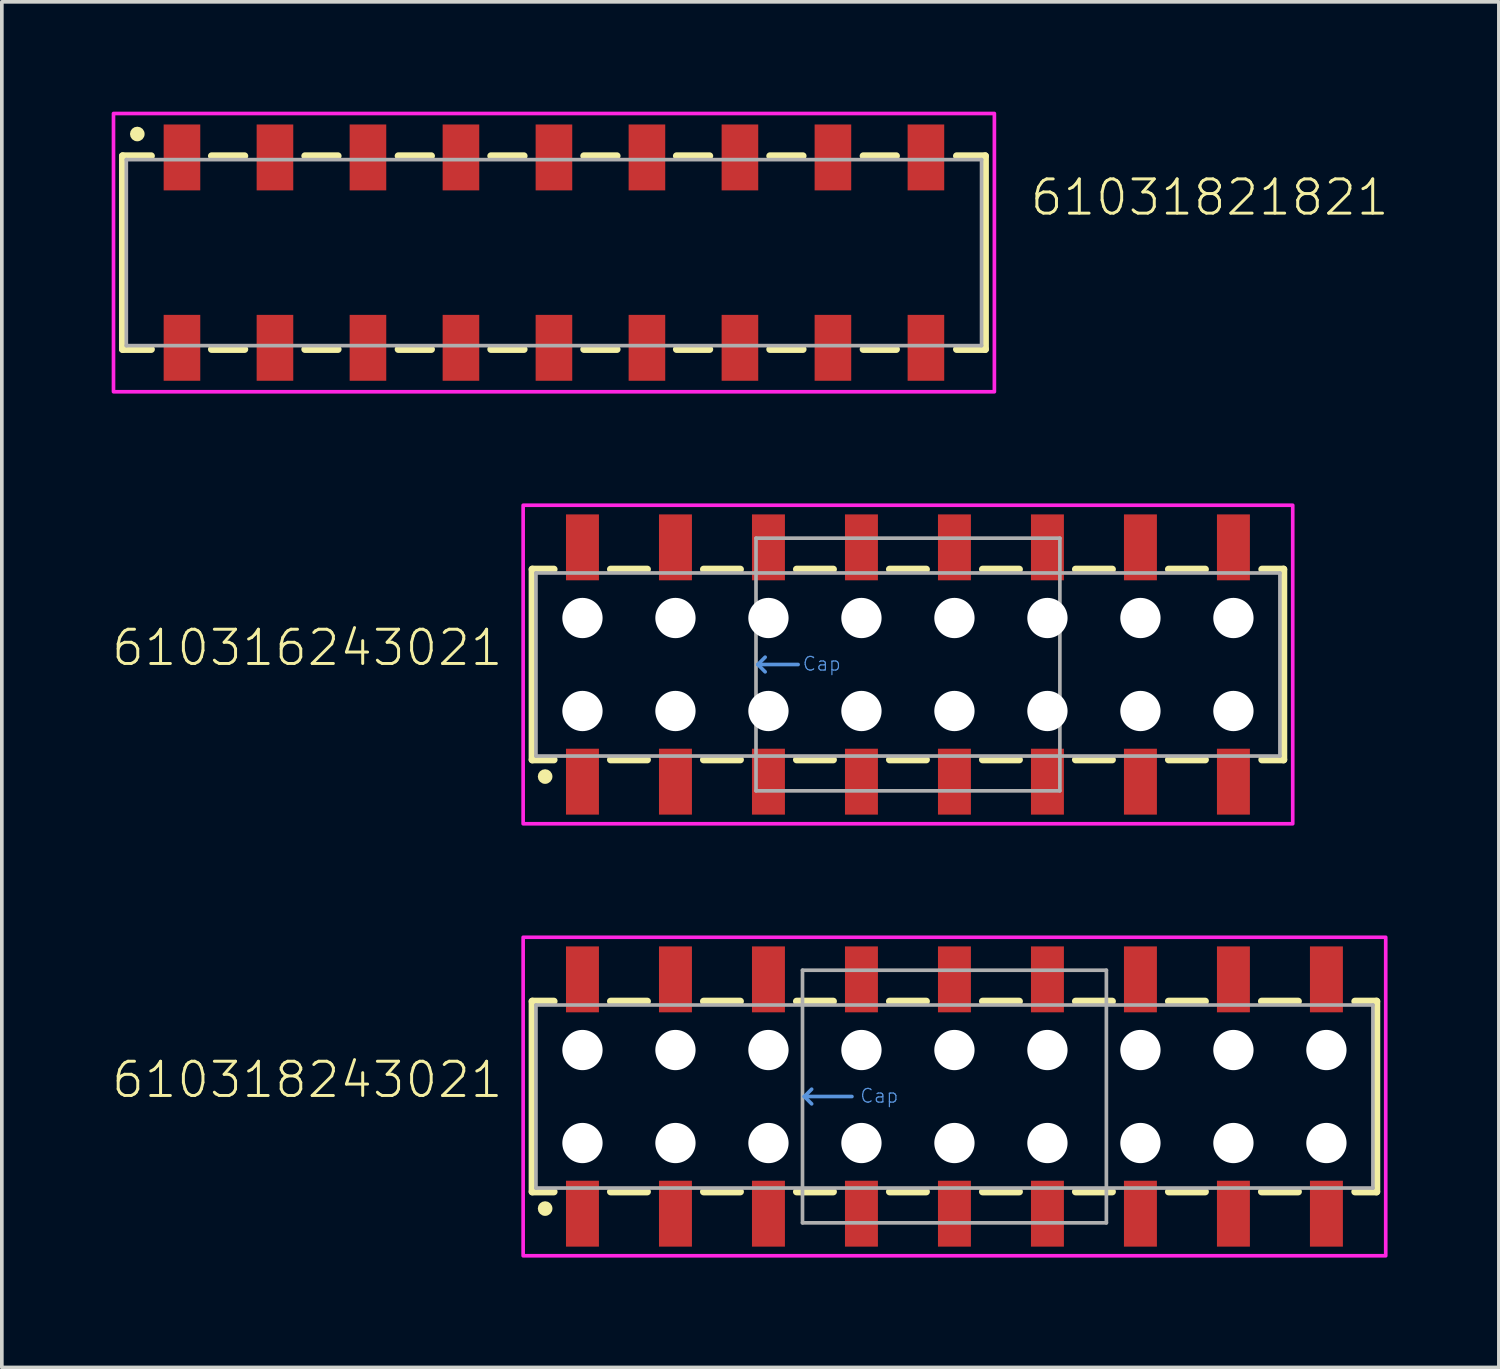
<source format=kicad_pcb>
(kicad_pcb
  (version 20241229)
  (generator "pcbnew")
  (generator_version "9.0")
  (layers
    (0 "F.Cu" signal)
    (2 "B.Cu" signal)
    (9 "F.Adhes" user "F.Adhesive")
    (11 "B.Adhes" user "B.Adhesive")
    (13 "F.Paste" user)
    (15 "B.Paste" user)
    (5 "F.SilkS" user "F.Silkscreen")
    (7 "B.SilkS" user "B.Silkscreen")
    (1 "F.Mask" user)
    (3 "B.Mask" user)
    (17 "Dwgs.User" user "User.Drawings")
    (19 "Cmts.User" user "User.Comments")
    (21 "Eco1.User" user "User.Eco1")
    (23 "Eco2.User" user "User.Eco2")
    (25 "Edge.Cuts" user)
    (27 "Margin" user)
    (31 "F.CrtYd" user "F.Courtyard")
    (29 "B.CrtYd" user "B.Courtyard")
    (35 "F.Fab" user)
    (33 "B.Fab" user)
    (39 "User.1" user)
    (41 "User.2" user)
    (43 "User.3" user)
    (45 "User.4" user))
  (footprint "610318243021"
    (layer "F.Cu")
    (at 23.019 26.9)
    (property "Reference" "610318243021" (at -12.28 0.09 0) (unlocked yes) (layer "F.SilkS") (effects (font (size 0.935 0.935) (thickness 0.081)) (justify right bottom)))
    (fp_line (start -11.53 -2.6) (end -11.53 2.6) (stroke (width 0.2) (type solid)) (layer "F.SilkS"))
    (fp_line (start -11.53 2.6) (end -10.94 2.6) (stroke (width 0.2) (type solid)) (layer "F.SilkS"))
    (fp_line (start -10.94 -2.6) (end -11.53 -2.6) (stroke (width 0.2) (type solid)) (layer "F.SilkS"))
    (fp_line (start -9.39 2.6) (end -8.39 2.6) (stroke (width 0.2) (type solid)) (layer "F.SilkS"))
    (fp_line (start -8.39 -2.6) (end -9.39 -2.6) (stroke (width 0.2) (type solid)) (layer "F.SilkS"))
    (fp_line (start -6.85 2.6) (end -5.85 2.6) (stroke (width 0.2) (type solid)) (layer "F.SilkS"))
    (fp_line (start -5.85 -2.6) (end -6.85 -2.6) (stroke (width 0.2) (type solid)) (layer "F.SilkS"))
    (fp_line (start -4.31 2.6) (end -3.31 2.6) (stroke (width 0.2) (type solid)) (layer "F.SilkS"))
    (fp_line (start -3.31 -2.6) (end -4.31 -2.6) (stroke (width 0.2) (type solid)) (layer "F.SilkS"))
    (fp_line (start -1.77 2.6) (end -0.77 2.6) (stroke (width 0.2) (type solid)) (layer "F.SilkS"))
    (fp_line (start -0.77 -2.6) (end -1.77 -2.6) (stroke (width 0.2) (type solid)) (layer "F.SilkS"))
    (fp_line (start 0.77 2.6) (end 1.77 2.6) (stroke (width 0.2) (type solid)) (layer "F.SilkS"))
    (fp_line (start 1.77 -2.6) (end 0.77 -2.6) (stroke (width 0.2) (type solid)) (layer "F.SilkS"))
    (fp_line (start 3.31 2.6) (end 4.31 2.6) (stroke (width 0.2) (type solid)) (layer "F.SilkS"))
    (fp_line (start 4.31 -2.6) (end 3.31 -2.6) (stroke (width 0.2) (type solid)) (layer "F.SilkS"))
    (fp_line (start 5.85 2.6) (end 6.85 2.6) (stroke (width 0.2) (type solid)) (layer "F.SilkS"))
    (fp_line (start 6.85 -2.6) (end 5.85 -2.6) (stroke (width 0.2) (type solid)) (layer "F.SilkS"))
    (fp_line (start 8.39 2.6) (end 9.39 2.6) (stroke (width 0.2) (type solid)) (layer "F.SilkS"))
    (fp_line (start 9.39 -2.6) (end 8.39 -2.6) (stroke (width 0.2) (type solid)) (layer "F.SilkS"))
    (fp_line (start 10.94 -2.6) (end 11.53 -2.6) (stroke (width 0.2) (type solid)) (layer "F.SilkS"))
    (fp_line (start 11.53 -2.6) (end 11.53 2.6) (stroke (width 0.2) (type solid)) (layer "F.SilkS"))
    (fp_line (start 11.53 2.6) (end 10.94 2.6) (stroke (width 0.2) (type solid)) (layer "F.SilkS"))
    (fp_circle (center -11.18 3.06) (end -11.08 3.06) (stroke (width 0.2) (type solid)) (fill no) (layer "F.SilkS"))
    (fp_line (start -4.1 0) (end -3.9 -0.2) (stroke (width 0.1) (type solid)) (layer "Cmts.User"))
    (fp_line (start -4.1 0) (end -3.9 0.2) (stroke (width 0.1) (type solid)) (layer "Cmts.User"))
    (fp_line (start -4.1 0) (end -2.8 0) (stroke (width 0.1) (type solid)) (layer "Cmts.User"))
    (fp_poly (pts (xy 11.78 4.35) (xy -11.78 4.35) (xy -11.78 -4.35) (xy 11.78 -4.35)) (stroke (width 0.1) (type default)) (fill no) (layer "F.CrtYd"))
    (fp_line (start -11.43 -2.5) (end -11.43 2.5) (stroke (width 0.1) (type solid)) (layer "F.Fab"))
    (fp_line (start -11.43 -2.5) (end 11.43 -2.5) (stroke (width 0.1) (type solid)) (layer "F.Fab"))
    (fp_line (start -11.43 2.5) (end 11.43 2.5) (stroke (width 0.1) (type solid)) (layer "F.Fab"))
    (fp_line (start -4.15 -3.45) (end 4.15 -3.45) (stroke (width 0.1) (type solid)) (layer "F.Fab"))
    (fp_line (start -4.15 3.45) (end -4.15 -3.45) (stroke (width 0.1) (type solid)) (layer "F.Fab"))
    (fp_line (start 4.15 -3.45) (end 4.15 3.45) (stroke (width 0.1) (type solid)) (layer "F.Fab"))
    (fp_line (start 4.15 3.45) (end -4.15 3.45) (stroke (width 0.1) (type solid)) (layer "F.Fab"))
    (fp_line (start 11.43 2.5) (end 11.43 -2.5) (stroke (width 0.1) (type solid)) (layer "F.Fab"))
    (fp_text user "Cap" (at -2.6 0.2 0) (unlocked yes) (layer "Cmts.User") (effects (font (size 0.374 0.374) (thickness 0.033)) (justify left bottom)))
    (pad "" np_thru_hole circle (at -10.16 -1.27) (size 1.1 1.1) (drill 1.1) (layers "*.Cu" "*.Mask"))
    (pad "" np_thru_hole circle (at -10.16 1.27) (size 1.1 1.1) (drill 1.1) (layers "*.Cu" "*.Mask"))
    (pad "" np_thru_hole circle (at -7.62 -1.27) (size 1.1 1.1) (drill 1.1) (layers "*.Cu" "*.Mask"))
    (pad "" np_thru_hole circle (at -7.62 1.27) (size 1.1 1.1) (drill 1.1) (layers "*.Cu" "*.Mask"))
    (pad "" np_thru_hole circle (at -5.08 -1.27) (size 1.1 1.1) (drill 1.1) (layers "*.Cu" "*.Mask"))
    (pad "" np_thru_hole circle (at -5.08 1.27) (size 1.1 1.1) (drill 1.1) (layers "*.Cu" "*.Mask"))
    (pad "" np_thru_hole circle (at -2.54 -1.27) (size 1.1 1.1) (drill 1.1) (layers "*.Cu" "*.Mask"))
    (pad "" np_thru_hole circle (at -2.54 1.27) (size 1.1 1.1) (drill 1.1) (layers "*.Cu" "*.Mask"))
    (pad "" np_thru_hole circle (at 0 -1.27) (size 1.1 1.1) (drill 1.1) (layers "*.Cu" "*.Mask"))
    (pad "" np_thru_hole circle (at 0 1.27) (size 1.1 1.1) (drill 1.1) (layers "*.Cu" "*.Mask"))
    (pad "" np_thru_hole circle (at 2.54 -1.27) (size 1.1 1.1) (drill 1.1) (layers "*.Cu" "*.Mask"))
    (pad "" np_thru_hole circle (at 2.54 1.27) (size 1.1 1.1) (drill 1.1) (layers "*.Cu" "*.Mask"))
    (pad "" np_thru_hole circle (at 5.08 -1.27) (size 1.1 1.1) (drill 1.1) (layers "*.Cu" "*.Mask"))
    (pad "" np_thru_hole circle (at 5.08 1.27) (size 1.1 1.1) (drill 1.1) (layers "*.Cu" "*.Mask"))
    (pad "" np_thru_hole circle (at 7.62 -1.27) (size 1.1 1.1) (drill 1.1) (layers "*.Cu" "*.Mask"))
    (pad "" np_thru_hole circle (at 7.62 1.27) (size 1.1 1.1) (drill 1.1) (layers "*.Cu" "*.Mask"))
    (pad "" np_thru_hole circle (at 10.16 -1.27) (size 1.1 1.1) (drill 1.1) (layers "*.Cu" "*.Mask"))
    (pad "" np_thru_hole circle (at 10.16 1.27) (size 1.1 1.1) (drill 1.1) (layers "*.Cu" "*.Mask"))
    (pad "1" smd rect (at -10.16 3.2 90) (size 1.8 0.9) (layers "F.Cu" "F.Mask" "F.Paste"))
    (pad "2" smd rect (at -10.16 -3.2 90) (size 1.8 0.9) (layers "F.Cu" "F.Mask" "F.Paste"))
    (pad "3" smd rect (at -7.62 3.2 90) (size 1.8 0.9) (layers "F.Cu" "F.Mask" "F.Paste"))
    (pad "4" smd rect (at -7.62 -3.2 90) (size 1.8 0.9) (layers "F.Cu" "F.Mask" "F.Paste"))
    (pad "5" smd rect (at -5.08 3.2 90) (size 1.8 0.9) (layers "F.Cu" "F.Mask" "F.Paste"))
    (pad "6" smd rect (at -5.08 -3.2 90) (size 1.8 0.9) (layers "F.Cu" "F.Mask" "F.Paste"))
    (pad "7" smd rect (at -2.54 3.2 90) (size 1.8 0.9) (layers "F.Cu" "F.Mask" "F.Paste"))
    (pad "8" smd rect (at -2.54 -3.2 90) (size 1.8 0.9) (layers "F.Cu" "F.Mask" "F.Paste"))
    (pad "9" smd rect (at 0 3.2 90) (size 1.8 0.9) (layers "F.Cu" "F.Mask" "F.Paste"))
    (pad "10" smd rect (at 0 -3.2 90) (size 1.8 0.9) (layers "F.Cu" "F.Mask" "F.Paste"))
    (pad "11" smd rect (at 2.54 3.2 90) (size 1.8 0.9) (layers "F.Cu" "F.Mask" "F.Paste"))
    (pad "12" smd rect (at 2.54 -3.2 90) (size 1.8 0.9) (layers "F.Cu" "F.Mask" "F.Paste"))
    (pad "13" smd rect (at 5.08 3.2 90) (size 1.8 0.9) (layers "F.Cu" "F.Mask" "F.Paste"))
    (pad "14" smd rect (at 5.08 -3.2 90) (size 1.8 0.9) (layers "F.Cu" "F.Mask" "F.Paste"))
    (pad "15" smd rect (at 7.62 3.2 90) (size 1.8 0.9) (layers "F.Cu" "F.Mask" "F.Paste"))
    (pad "16" smd rect (at 7.62 -3.2 90) (size 1.8 0.9) (layers "F.Cu" "F.Mask" "F.Paste"))
    (pad "17" smd rect (at 10.16 3.2 90) (size 1.8 0.9) (layers "F.Cu" "F.Mask" "F.Paste"))
    (pad "18" smd rect (at 10.16 -3.2 90) (size 1.8 0.9) (layers "F.Cu" "F.Mask" "F.Paste")))
  (footprint "61031821821"
    (layer "F.Cu")
    (at 12.08 3.85)
    (property "Reference" "61031821821" (at 12.96 -0.96 0) (unlocked yes) (layer "F.SilkS") (effects (font (size 0.935 0.935) (thickness 0.081)) (justify left bottom)))
    (fp_line (start -11.78 -2.64) (end -11.78 2.64) (stroke (width 0.2) (type solid)) (layer "F.SilkS"))
    (fp_line (start -11 -2.64) (end -11.78 -2.64) (stroke (width 0.2) (type solid)) (layer "F.SilkS"))
    (fp_line (start -11 2.64) (end -11.78 2.64) (stroke (width 0.2) (type solid)) (layer "F.SilkS"))
    (fp_line (start -9.35 -2.64) (end -8.45 -2.64) (stroke (width 0.2) (type solid)) (layer "F.SilkS"))
    (fp_line (start -9.35 2.64) (end -8.45 2.64) (stroke (width 0.2) (type solid)) (layer "F.SilkS"))
    (fp_line (start -6.8 -2.64) (end -5.9 -2.64) (stroke (width 0.2) (type solid)) (layer "F.SilkS"))
    (fp_line (start -5.9 2.64) (end -6.8 2.64) (stroke (width 0.2) (type solid)) (layer "F.SilkS"))
    (fp_line (start -4.25 -2.64) (end -3.35 -2.64) (stroke (width 0.2) (type solid)) (layer "F.SilkS"))
    (fp_line (start -4.25 2.64) (end -3.35 2.64) (stroke (width 0.2) (type solid)) (layer "F.SilkS"))
    (fp_line (start -1.72 -2.64) (end -0.82 -2.64) (stroke (width 0.2) (type solid)) (layer "F.SilkS"))
    (fp_line (start -1.72 2.64) (end -0.82 2.64) (stroke (width 0.2) (type solid)) (layer "F.SilkS"))
    (fp_line (start 1.72 -2.64) (end 0.82 -2.64) (stroke (width 0.2) (type solid)) (layer "F.SilkS"))
    (fp_line (start 1.72 2.64) (end 0.82 2.64) (stroke (width 0.2) (type solid)) (layer "F.SilkS"))
    (fp_line (start 4.25 -2.64) (end 3.35 -2.64) (stroke (width 0.2) (type solid)) (layer "F.SilkS"))
    (fp_line (start 4.25 2.64) (end 3.35 2.64) (stroke (width 0.2) (type solid)) (layer "F.SilkS"))
    (fp_line (start 5.9 -2.64) (end 6.8 -2.64) (stroke (width 0.2) (type solid)) (layer "F.SilkS"))
    (fp_line (start 6.8 2.64) (end 5.9 2.64) (stroke (width 0.2) (type solid)) (layer "F.SilkS"))
    (fp_line (start 9.35 -2.64) (end 8.45 -2.64) (stroke (width 0.2) (type solid)) (layer "F.SilkS"))
    (fp_line (start 9.35 2.64) (end 8.45 2.64) (stroke (width 0.2) (type solid)) (layer "F.SilkS"))
    (fp_line (start 11 -2.64) (end 11.78 -2.64) (stroke (width 0.2) (type solid)) (layer "F.SilkS"))
    (fp_line (start 11 2.64) (end 11.78 2.64) (stroke (width 0.2) (type solid)) (layer "F.SilkS"))
    (fp_line (start 11.78 2.64) (end 11.78 -2.64) (stroke (width 0.2) (type solid)) (layer "F.SilkS"))
    (fp_circle (center -11.38 -3.24) (end -11.28 -3.24) (stroke (width 0.2) (type solid)) (fill no) (layer "F.SilkS"))
    (fp_poly (pts (xy 12.03 3.8) (xy -12.03 3.8) (xy -12.03 -3.8) (xy 12.03 -3.8)) (stroke (width 0.1) (type default)) (fill no) (layer "F.CrtYd"))
    (fp_line (start -11.68 -2.54) (end -11.68 2.54) (stroke (width 0.1) (type solid)) (layer "F.Fab"))
    (fp_line (start -11.68 2.54) (end 11.68 2.54) (stroke (width 0.1) (type solid)) (layer "F.Fab"))
    (fp_line (start 11.68 -2.54) (end -11.68 -2.54) (stroke (width 0.1) (type solid)) (layer "F.Fab"))
    (fp_line (start 11.68 2.54) (end 11.68 -2.54) (stroke (width 0.1) (type solid)) (layer "F.Fab"))
    (pad "1" smd rect (at -10.16 -2.6) (size 1 1.8) (layers "F.Cu" "F.Mask" "F.Paste"))
    (pad "2" smd rect (at -10.16 2.6) (size 1 1.8) (layers "F.Cu" "F.Mask" "F.Paste"))
    (pad "3" smd rect (at -7.62 -2.6) (size 1 1.8) (layers "F.Cu" "F.Mask" "F.Paste"))
    (pad "4" smd rect (at -7.62 2.6) (size 1 1.8) (layers "F.Cu" "F.Mask" "F.Paste"))
    (pad "5" smd rect (at -5.08 -2.6) (size 1 1.8) (layers "F.Cu" "F.Mask" "F.Paste"))
    (pad "6" smd rect (at -5.08 2.6) (size 1 1.8) (layers "F.Cu" "F.Mask" "F.Paste"))
    (pad "7" smd rect (at -2.54 -2.6) (size 1 1.8) (layers "F.Cu" "F.Mask" "F.Paste"))
    (pad "8" smd rect (at -2.54 2.6) (size 1 1.8) (layers "F.Cu" "F.Mask" "F.Paste"))
    (pad "9" smd rect (at 0 -2.6) (size 1 1.8) (layers "F.Cu" "F.Mask" "F.Paste"))
    (pad "10" smd rect (at 0 2.6) (size 1 1.8) (layers "F.Cu" "F.Mask" "F.Paste"))
    (pad "11" smd rect (at 2.54 -2.6) (size 1 1.8) (layers "F.Cu" "F.Mask" "F.Paste"))
    (pad "12" smd rect (at 2.54 2.6) (size 1 1.8) (layers "F.Cu" "F.Mask" "F.Paste"))
    (pad "13" smd rect (at 5.08 -2.6) (size 1 1.8) (layers "F.Cu" "F.Mask" "F.Paste"))
    (pad "14" smd rect (at 5.08 2.6) (size 1 1.8) (layers "F.Cu" "F.Mask" "F.Paste"))
    (pad "15" smd rect (at 7.62 -2.6) (size 1 1.8) (layers "F.Cu" "F.Mask" "F.Paste"))
    (pad "16" smd rect (at 7.62 2.6) (size 1 1.8) (layers "F.Cu" "F.Mask" "F.Paste"))
    (pad "17" smd rect (at 10.16 -2.6) (size 1 1.8) (layers "F.Cu" "F.Mask" "F.Paste"))
    (pad "18" smd rect (at 10.16 2.6) (size 1 1.8) (layers "F.Cu" "F.Mask" "F.Paste")))
  (footprint "610316243021"
    (layer "F.Cu")
    (at 21.749 15.1)
    (property "Reference" "610316243021" (at -11.01 0.09 0) (unlocked yes) (layer "F.SilkS") (effects (font (size 0.935 0.935) (thickness 0.081)) (justify right bottom)))
    (fp_line (start -10.26 -2.6) (end -10.26 2.6) (stroke (width 0.2) (type solid)) (layer "F.SilkS"))
    (fp_line (start -10.26 2.6) (end -9.67 2.6) (stroke (width 0.2) (type solid)) (layer "F.SilkS"))
    (fp_line (start -9.67 -2.6) (end -10.26 -2.6) (stroke (width 0.2) (type solid)) (layer "F.SilkS"))
    (fp_line (start -8.12 2.6) (end -7.12 2.6) (stroke (width 0.2) (type solid)) (layer "F.SilkS"))
    (fp_line (start -7.12 -2.6) (end -8.12 -2.6) (stroke (width 0.2) (type solid)) (layer "F.SilkS"))
    (fp_line (start -5.58 2.6) (end -4.58 2.6) (stroke (width 0.2) (type solid)) (layer "F.SilkS"))
    (fp_line (start -4.58 -2.6) (end -5.58 -2.6) (stroke (width 0.2) (type solid)) (layer "F.SilkS"))
    (fp_line (start -3.04 2.6) (end -2.04 2.6) (stroke (width 0.2) (type solid)) (layer "F.SilkS"))
    (fp_line (start -2.04 -2.6) (end -3.04 -2.6) (stroke (width 0.2) (type solid)) (layer "F.SilkS"))
    (fp_line (start -0.5 2.6) (end 0.5 2.6) (stroke (width 0.2) (type solid)) (layer "F.SilkS"))
    (fp_line (start 0.5 -2.6) (end -0.5 -2.6) (stroke (width 0.2) (type solid)) (layer "F.SilkS"))
    (fp_line (start 2.04 2.6) (end 3.04 2.6) (stroke (width 0.2) (type solid)) (layer "F.SilkS"))
    (fp_line (start 3.04 -2.6) (end 2.04 -2.6) (stroke (width 0.2) (type solid)) (layer "F.SilkS"))
    (fp_line (start 4.58 2.6) (end 5.58 2.6) (stroke (width 0.2) (type solid)) (layer "F.SilkS"))
    (fp_line (start 5.58 -2.6) (end 4.58 -2.6) (stroke (width 0.2) (type solid)) (layer "F.SilkS"))
    (fp_line (start 7.12 2.6) (end 8.12 2.6) (stroke (width 0.2) (type solid)) (layer "F.SilkS"))
    (fp_line (start 8.12 -2.6) (end 7.12 -2.6) (stroke (width 0.2) (type solid)) (layer "F.SilkS"))
    (fp_line (start 9.67 -2.6) (end 10.26 -2.6) (stroke (width 0.2) (type solid)) (layer "F.SilkS"))
    (fp_line (start 10.26 -2.6) (end 10.26 2.6) (stroke (width 0.2) (type solid)) (layer "F.SilkS"))
    (fp_line (start 10.26 2.6) (end 9.67 2.6) (stroke (width 0.2) (type solid)) (layer "F.SilkS"))
    (fp_circle (center -9.91 3.06) (end -9.81 3.06) (stroke (width 0.2) (type solid)) (fill no) (layer "F.SilkS"))
    (fp_line (start -4.1 0) (end -3.9 -0.2) (stroke (width 0.1) (type solid)) (layer "Cmts.User"))
    (fp_line (start -4.1 0) (end -3.9 0.2) (stroke (width 0.1) (type solid)) (layer "Cmts.User"))
    (fp_line (start -4.1 0) (end -3 0) (stroke (width 0.1) (type solid)) (layer "Cmts.User"))
    (fp_poly (pts (xy 10.51 4.35) (xy -10.51 4.35) (xy -10.51 -4.35) (xy 10.51 -4.35)) (stroke (width 0.1) (type default)) (fill no) (layer "F.CrtYd"))
    (fp_line (start -10.16 -2.5) (end -10.16 2.5) (stroke (width 0.1) (type solid)) (layer "F.Fab"))
    (fp_line (start -10.16 -2.5) (end 10.16 -2.5) (stroke (width 0.1) (type solid)) (layer "F.Fab"))
    (fp_line (start -10.16 2.5) (end 10.16 2.5) (stroke (width 0.1) (type solid)) (layer "F.Fab"))
    (fp_line (start -4.15 -3.45) (end 4.15 -3.45) (stroke (width 0.1) (type solid)) (layer "F.Fab"))
    (fp_line (start -4.15 3.45) (end -4.15 -3.45) (stroke (width 0.1) (type solid)) (layer "F.Fab"))
    (fp_line (start 4.15 -3.45) (end 4.15 3.45) (stroke (width 0.1) (type solid)) (layer "F.Fab"))
    (fp_line (start 4.15 3.45) (end -4.15 3.45) (stroke (width 0.1) (type solid)) (layer "F.Fab"))
    (fp_line (start 10.16 2.5) (end 10.16 -2.5) (stroke (width 0.1) (type solid)) (layer "F.Fab"))
    (fp_text user "Cap" (at -2.9 0.2 0) (unlocked yes) (layer "Cmts.User") (effects (font (size 0.374 0.374) (thickness 0.033)) (justify left bottom)))
    (pad "" np_thru_hole circle (at -8.89 -1.27) (size 1.1 1.1) (drill 1.1) (layers "*.Cu" "*.Mask"))
    (pad "" np_thru_hole circle (at -8.89 1.27) (size 1.1 1.1) (drill 1.1) (layers "*.Cu" "*.Mask"))
    (pad "" np_thru_hole circle (at -6.35 -1.27) (size 1.1 1.1) (drill 1.1) (layers "*.Cu" "*.Mask"))
    (pad "" np_thru_hole circle (at -6.35 1.27) (size 1.1 1.1) (drill 1.1) (layers "*.Cu" "*.Mask"))
    (pad "" np_thru_hole circle (at -3.81 -1.27) (size 1.1 1.1) (drill 1.1) (layers "*.Cu" "*.Mask"))
    (pad "" np_thru_hole circle (at -3.81 1.27) (size 1.1 1.1) (drill 1.1) (layers "*.Cu" "*.Mask"))
    (pad "" np_thru_hole circle (at -1.27 -1.27) (size 1.1 1.1) (drill 1.1) (layers "*.Cu" "*.Mask"))
    (pad "" np_thru_hole circle (at -1.27 1.27) (size 1.1 1.1) (drill 1.1) (layers "*.Cu" "*.Mask"))
    (pad "" np_thru_hole circle (at 1.27 -1.27) (size 1.1 1.1) (drill 1.1) (layers "*.Cu" "*.Mask"))
    (pad "" np_thru_hole circle (at 1.27 1.27) (size 1.1 1.1) (drill 1.1) (layers "*.Cu" "*.Mask"))
    (pad "" np_thru_hole circle (at 3.81 -1.27) (size 1.1 1.1) (drill 1.1) (layers "*.Cu" "*.Mask"))
    (pad "" np_thru_hole circle (at 3.81 1.27) (size 1.1 1.1) (drill 1.1) (layers "*.Cu" "*.Mask"))
    (pad "" np_thru_hole circle (at 6.35 -1.27) (size 1.1 1.1) (drill 1.1) (layers "*.Cu" "*.Mask"))
    (pad "" np_thru_hole circle (at 6.35 1.27) (size 1.1 1.1) (drill 1.1) (layers "*.Cu" "*.Mask"))
    (pad "" np_thru_hole circle (at 8.89 -1.27) (size 1.1 1.1) (drill 1.1) (layers "*.Cu" "*.Mask"))
    (pad "" np_thru_hole circle (at 8.89 1.27) (size 1.1 1.1) (drill 1.1) (layers "*.Cu" "*.Mask"))
    (pad "1" smd rect (at -8.89 3.2 90) (size 1.8 0.9) (layers "F.Cu" "F.Mask" "F.Paste"))
    (pad "2" smd rect (at -8.89 -3.2 90) (size 1.8 0.9) (layers "F.Cu" "F.Mask" "F.Paste"))
    (pad "3" smd rect (at -6.35 3.2 90) (size 1.8 0.9) (layers "F.Cu" "F.Mask" "F.Paste"))
    (pad "4" smd rect (at -6.35 -3.2 90) (size 1.8 0.9) (layers "F.Cu" "F.Mask" "F.Paste"))
    (pad "5" smd rect (at -3.81 3.2 90) (size 1.8 0.9) (layers "F.Cu" "F.Mask" "F.Paste"))
    (pad "6" smd rect (at -3.81 -3.2 90) (size 1.8 0.9) (layers "F.Cu" "F.Mask" "F.Paste"))
    (pad "7" smd rect (at -1.27 3.2 90) (size 1.8 0.9) (layers "F.Cu" "F.Mask" "F.Paste"))
    (pad "8" smd rect (at -1.27 -3.2 90) (size 1.8 0.9) (layers "F.Cu" "F.Mask" "F.Paste"))
    (pad "9" smd rect (at 1.27 3.2 90) (size 1.8 0.9) (layers "F.Cu" "F.Mask" "F.Paste"))
    (pad "10" smd rect (at 1.27 -3.2 90) (size 1.8 0.9) (layers "F.Cu" "F.Mask" "F.Paste"))
    (pad "11" smd rect (at 3.81 3.2 90) (size 1.8 0.9) (layers "F.Cu" "F.Mask" "F.Paste"))
    (pad "12" smd rect (at 3.81 -3.2 90) (size 1.8 0.9) (layers "F.Cu" "F.Mask" "F.Paste"))
    (pad "13" smd rect (at 6.35 3.2 90) (size 1.8 0.9) (layers "F.Cu" "F.Mask" "F.Paste"))
    (pad "14" smd rect (at 6.35 -3.2 90) (size 1.8 0.9) (layers "F.Cu" "F.Mask" "F.Paste"))
    (pad "15" smd rect (at 8.89 3.2 90) (size 1.8 0.9) (layers "F.Cu" "F.Mask" "F.Paste"))
    (pad "16" smd rect (at 8.89 -3.2 90) (size 1.8 0.9) (layers "F.Cu" "F.Mask" "F.Paste")))
  (gr_rect
    (start -3 -3)
    (end 37.889 34.3)
    (stroke (width 0.1) (type default))
    (fill no)
    (layer "Edge.Cuts")))
</source>
